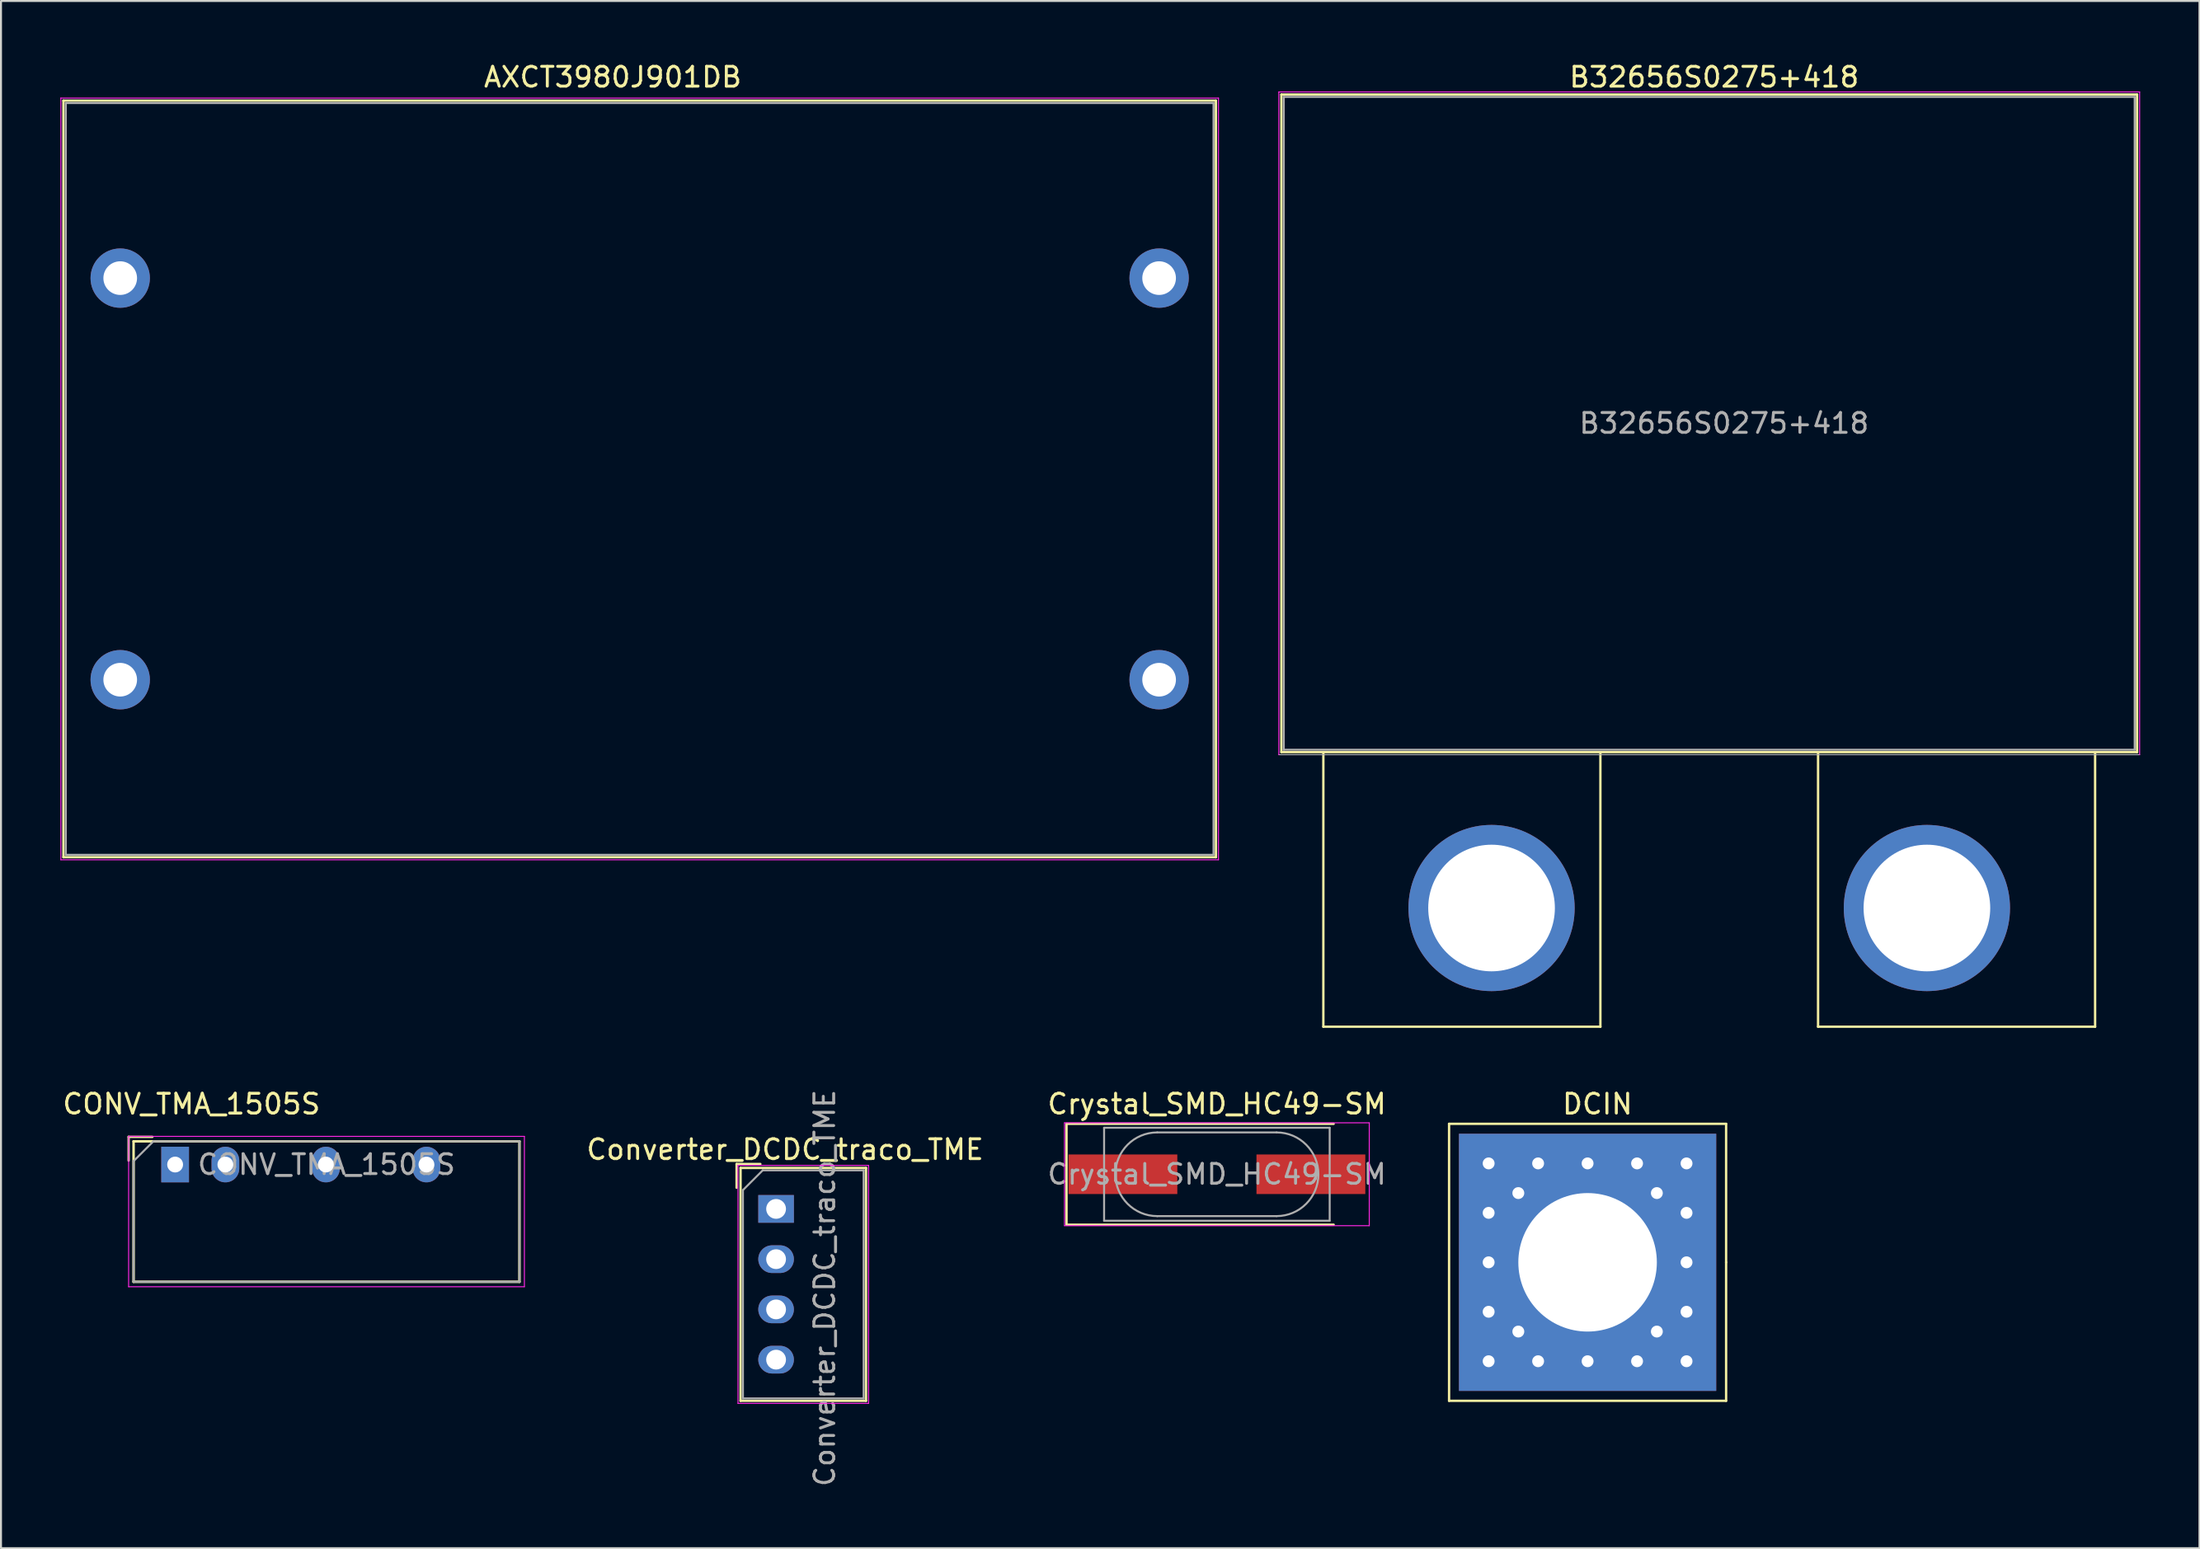
<source format=kicad_pcb>
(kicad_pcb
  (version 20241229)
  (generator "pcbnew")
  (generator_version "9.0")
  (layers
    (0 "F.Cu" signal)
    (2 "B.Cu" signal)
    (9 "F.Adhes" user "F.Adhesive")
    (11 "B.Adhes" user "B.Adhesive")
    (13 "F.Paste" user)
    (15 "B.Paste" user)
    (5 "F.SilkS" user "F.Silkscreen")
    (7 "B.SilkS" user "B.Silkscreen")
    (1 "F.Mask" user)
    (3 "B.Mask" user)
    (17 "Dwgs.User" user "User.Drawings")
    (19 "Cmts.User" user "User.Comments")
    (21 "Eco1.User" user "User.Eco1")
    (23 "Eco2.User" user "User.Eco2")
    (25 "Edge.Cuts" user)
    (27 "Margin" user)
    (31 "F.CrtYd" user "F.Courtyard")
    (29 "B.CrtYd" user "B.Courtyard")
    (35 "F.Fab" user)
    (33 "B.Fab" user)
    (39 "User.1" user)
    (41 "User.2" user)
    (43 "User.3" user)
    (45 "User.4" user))
  (footprint "Converter_DCDC_traco_TME"
    (layer "F.Cu")
    (at 35.624 58.057)
    (property "Reference" "Converter_DCDC_traco_TME" (at 1 -3 0) (layer "F.SilkS") (effects (font (size 1 1) (thickness 0.15))))
    (attr through_hole)
    (fp_line (start -1.45 -2.27) (end -1.45 -1.07) (stroke (width 0.12) (type solid)) (layer "F.SilkS"))
    (fp_line (start -1.25 -2.07) (end -1.25 9.7) (stroke (width 0.12) (type solid)) (layer "F.SilkS"))
    (fp_line (start -0.25 -2.27) (end -1.45 -2.27) (stroke (width 0.12) (type solid)) (layer "F.SilkS"))
    (fp_line (start 5.09 -2.07) (end -1.25 -2.07) (stroke (width 0.12) (type solid)) (layer "F.SilkS"))
    (fp_line (start 5.09 -2.07) (end 5.09 9.7) (stroke (width 0.12) (type solid)) (layer "F.SilkS"))
    (fp_line (start 5.09 9.7) (end -1.25 9.7) (stroke (width 0.12) (type solid)) (layer "F.SilkS"))
    (fp_line (start -1.38 -2.2) (end -1.38 9.83) (stroke (width 0.05) (type solid)) (layer "F.CrtYd"))
    (fp_line (start 5.22 -2.2) (end -1.38 -2.2) (stroke (width 0.05) (type solid)) (layer "F.CrtYd"))
    (fp_line (start 5.22 -2.2) (end 5.22 9.83) (stroke (width 0.05) (type solid)) (layer "F.CrtYd"))
    (fp_line (start 5.22 9.83) (end -1.38 9.83) (stroke (width 0.05) (type solid)) (layer "F.CrtYd"))
    (fp_line (start -1.13 -0.95) (end -1.13 9.58) (stroke (width 0.1) (type solid)) (layer "F.Fab"))
    (fp_line (start -1.13 9.58) (end 4.97 9.58) (stroke (width 0.1) (type solid)) (layer "F.Fab"))
    (fp_line (start -0.13 -1.95) (end -1.13 -0.95) (stroke (width 0.1) (type solid)) (layer "F.Fab"))
    (fp_line (start -0.13 -1.95) (end 4.97 -1.95) (stroke (width 0.1) (type solid)) (layer "F.Fab"))
    (fp_line (start 4.97 -1.95) (end 4.97 9.58) (stroke (width 0.1) (type solid)) (layer "F.Fab"))
    (fp_text user "${REFERENCE}" (at 3 4 90) (layer "F.Fab") (effects (font (size 1 1) (thickness 0.15))))
    (pad "1" thru_hole rect (at 0.545 0 270) (size 1.4 1.8) (drill 1) (layers "*.Cu" "*.Mask"))
    (pad "2" thru_hole oval (at 0.545 2.54 270) (size 1.4 1.8) (drill 1) (layers "*.Cu" "*.Mask"))
    (pad "3" thru_hole oval (at 0.545 5.08 270) (size 1.4 1.8) (drill 1) (layers "*.Cu" "*.Mask"))
    (pad "4" thru_hole oval (at 0.545 7.62 270) (size 1.4 1.8) (drill 1) (layers "*.Cu" "*.Mask")))
  (footprint "Crystal_SMD_HC49-SM"
    (layer "F.Cu")
    (at 58.445 56.306)
    (property "Reference" "Crystal_SMD_HC49-SM" (at 0 -3.55 0) (layer "F.SilkS") (effects (font (size 1 1) (thickness 0.15))))
    (attr smd)
    (fp_line (start -7.6 -2.55) (end -7.6 2.55) (stroke (width 0.12) (type solid)) (layer "F.SilkS"))
    (fp_line (start -7.6 2.55) (end 5.9 2.55) (stroke (width 0.12) (type solid)) (layer "F.SilkS"))
    (fp_line (start 5.9 -2.55) (end -7.6 -2.55) (stroke (width 0.12) (type solid)) (layer "F.SilkS"))
    (fp_line (start -7.7 -2.6) (end -7.7 2.6) (stroke (width 0.05) (type solid)) (layer "F.CrtYd"))
    (fp_line (start -7.7 2.6) (end 7.7 2.6) (stroke (width 0.05) (type solid)) (layer "F.CrtYd"))
    (fp_line (start 7.7 -2.6) (end -7.7 -2.6) (stroke (width 0.05) (type solid)) (layer "F.CrtYd"))
    (fp_line (start 7.7 2.6) (end 7.7 -2.6) (stroke (width 0.05) (type solid)) (layer "F.CrtYd"))
    (fp_line (start -5.7 -2.35) (end -5.7 2.35) (stroke (width 0.1) (type solid)) (layer "F.Fab"))
    (fp_line (start -5.7 2.35) (end 5.7 2.35) (stroke (width 0.1) (type solid)) (layer "F.Fab"))
    (fp_line (start -3.015 -2.115) (end 3.015 -2.115) (stroke (width 0.1) (type solid)) (layer "F.Fab"))
    (fp_line (start -3.015 2.115) (end 3.015 2.115) (stroke (width 0.1) (type solid)) (layer "F.Fab"))
    (fp_line (start 5.7 -2.35) (end -5.7 -2.35) (stroke (width 0.1) (type solid)) (layer "F.Fab"))
    (fp_line (start 5.7 2.35) (end 5.7 -2.35) (stroke (width 0.1) (type solid)) (layer "F.Fab"))
    (fp_arc (start -3.015 2.115) (mid -5.13 0) (end -3.015 -2.115) (stroke (width 0.1) (type solid)) (layer "F.Fab"))
    (fp_arc (start 3.015 -2.115) (mid 5.13 0) (end 3.015 2.115) (stroke (width 0.1) (type solid)) (layer "F.Fab"))
    (fp_text user "${REFERENCE}" (at 0 0 0) (layer "F.Fab") (effects (font (size 1 1) (thickness 0.15))))
    (pad "1" smd rect (at -4.75 0) (size 5.5 2) (layers "F.Cu" "F.Mask" "F.Paste"))
    (pad "2" smd rect (at 4.75 0) (size 5.5 2) (layers "F.Cu" "F.Mask" "F.Paste")))
  (footprint "B32656S0275+418"
    (layer "F.Cu")
    (at 83.325 18.348)
    (property "Reference" "B32656S0275+418" (at 0.25 -17.5 0) (layer "F.SilkS") (effects (font (size 1 1) (thickness 0.15))))
    (attr through_hole)
    (fp_line (start -21.62 -16.62) (end -21.62 16.62) (stroke (width 0.12) (type solid)) (layer "F.SilkS"))
    (fp_line (start -21.62 16.62) (end 21.62 16.62) (stroke (width 0.12) (type solid)) (layer "F.SilkS"))
    (fp_line (start -19.5 30.5) (end -19.5 16.62) (stroke (width 0.12) (type solid)) (layer "F.SilkS"))
    (fp_line (start -19.5 30.5) (end -5.5 30.5) (stroke (width 0.12) (type solid)) (layer "F.SilkS"))
    (fp_line (start -5.5 30.5) (end -5.5 16.62) (stroke (width 0.12) (type solid)) (layer "F.SilkS"))
    (fp_line (start 5.5 30.5) (end 5.5 16.62) (stroke (width 0.12) (type solid)) (layer "F.SilkS"))
    (fp_line (start 5.5 30.5) (end 19.5 30.5) (stroke (width 0.12) (type solid)) (layer "F.SilkS"))
    (fp_line (start 19.5 30.5) (end 19.5 16.62) (stroke (width 0.12) (type solid)) (layer "F.SilkS"))
    (fp_line (start 21.62 -16.62) (end -21.62 -16.62) (stroke (width 0.12) (type solid)) (layer "F.SilkS"))
    (fp_line (start 21.62 16.62) (end 21.62 -16.62) (stroke (width 0.12) (type solid)) (layer "F.SilkS"))
    (fp_line (start -21.75 -16.75) (end -21.75 16.75) (stroke (width 0.05) (type solid)) (layer "F.CrtYd"))
    (fp_line (start 21.75 -16.75) (end -21.75 -16.75) (stroke (width 0.05) (type solid)) (layer "F.CrtYd"))
    (fp_line (start 21.75 16.75) (end 21.75 -16.75) (stroke (width 0.05) (type solid)) (layer "F.CrtYd"))
    (fp_line (start -21.75 16.75) (end 21.75 16.75) (stroke (width 0.05) (type solid)) (layer "F.Fab"))
    (fp_line (start -21.5 -16.5) (end -21.5 16.5) (stroke (width 0.1) (type solid)) (layer "F.Fab"))
    (fp_line (start -21.5 16.5) (end 21.5 16.5) (stroke (width 0.1) (type solid)) (layer "F.Fab"))
    (fp_line (start 21.5 -16.5) (end -21.5 -16.5) (stroke (width 0.1) (type solid)) (layer "F.Fab"))
    (fp_line (start 21.5 16.5) (end 21.5 -16.5) (stroke (width 0.1) (type solid)) (layer "F.Fab"))
    (fp_text user "${REFERENCE}" (at 0.75 0 0) (layer "F.Fab") (effects (font (size 1 1) (thickness 0.15))))
    (pad "1" thru_hole oval (at -11 24.5) (size 8.4 8.4) (drill oval 6.4) (layers "*.Cu" "*.Mask"))
    (pad "2" thru_hole oval (at 11 24.5) (size 8.4 8.4) (drill oval 6.4) (layers "*.Cu" "*.Mask")))
  (footprint "DCIN"
    (layer "F.Cu")
    (at 77.178 60.757)
    (property "Reference" "DCIN" (at 0.5 -8 0) (layer "F.SilkS") (effects (font (size 1 1) (thickness 0.15))))
    (attr through_hole)
    (fp_line (start -7 -7) (end 7 -7) (stroke (width 0.12) (type solid)) (layer "F.SilkS"))
    (fp_line (start -7 7) (end -7 -7) (stroke (width 0.12) (type solid)) (layer "F.SilkS"))
    (fp_line (start 7 -7) (end 7 0) (stroke (width 0.12) (type solid)) (layer "F.SilkS"))
    (fp_line (start 7 0) (end 7 7) (stroke (width 0.12) (type solid)) (layer "F.SilkS"))
    (fp_line (start 7 7) (end -7 7) (stroke (width 0.12) (type solid)) (layer "F.SilkS"))
    (pad "1" thru_hole circle (at -5 -5) (size 0.9 0.9) (drill 0.6) (layers "*.Cu" "*.Mask"))
    (pad "1" thru_hole circle (at -5 -2.5) (size 0.9 0.9) (drill 0.6) (layers "*.Cu" "*.Mask"))
    (pad "1" thru_hole circle (at -5 0) (size 0.9 0.9) (drill 0.6) (layers "*.Cu" "*.Mask"))
    (pad "1" thru_hole circle (at -5 2.5) (size 0.9 0.9) (drill 0.6) (layers "*.Cu" "*.Mask"))
    (pad "1" thru_hole circle (at -5 5) (size 0.9 0.9) (drill 0.6) (layers "*.Cu" "*.Mask"))
    (pad "1" thru_hole circle (at -3.5 -3.5) (size 0.9 0.9) (drill 0.6) (layers "*.Cu" "*.Mask"))
    (pad "1" thru_hole circle (at -3.5 3.5) (size 0.9 0.9) (drill 0.6) (layers "*.Cu" "*.Mask"))
    (pad "1" thru_hole circle (at -2.5 -5) (size 0.9 0.9) (drill 0.6) (layers "*.Cu" "*.Mask"))
    (pad "1" thru_hole circle (at -2.5 5) (size 0.9 0.9) (drill 0.6) (layers "*.Cu" "*.Mask"))
    (pad "1" thru_hole circle (at 0 -5) (size 0.9 0.9) (drill 0.6) (layers "*.Cu" "*.Mask"))
    (pad "1" thru_hole rect (at 0 0) (size 13 13) (drill 7) (layers "*.Cu" "*.Mask"))
    (pad "1" thru_hole circle (at 0 5) (size 0.9 0.9) (drill 0.6) (layers "*.Cu" "*.Mask"))
    (pad "1" thru_hole circle (at 2.5 -5) (size 0.9 0.9) (drill 0.6) (layers "*.Cu" "*.Mask"))
    (pad "1" thru_hole circle (at 2.5 5) (size 0.9 0.9) (drill 0.6) (layers "*.Cu" "*.Mask"))
    (pad "1" thru_hole circle (at 3.5 -3.5) (size 0.9 0.9) (drill 0.6) (layers "*.Cu" "*.Mask"))
    (pad "1" thru_hole circle (at 3.5 3.5) (size 0.9 0.9) (drill 0.6) (layers "*.Cu" "*.Mask"))
    (pad "1" thru_hole circle (at 5 -5) (size 0.9 0.9) (drill 0.6) (layers "*.Cu" "*.Mask"))
    (pad "1" thru_hole circle (at 5 -2.5) (size 0.9 0.9) (drill 0.6) (layers "*.Cu" "*.Mask"))
    (pad "1" thru_hole circle (at 5 0) (size 0.9 0.9) (drill 0.6) (layers "*.Cu" "*.Mask"))
    (pad "1" thru_hole circle (at 5 2.5) (size 0.9 0.9) (drill 0.6) (layers "*.Cu" "*.Mask"))
    (pad "1" thru_hole circle (at 5 5) (size 0.9 0.9) (drill 0.6) (layers "*.Cu" "*.Mask")))
  (footprint "AXCT3980J901DB"
    (layer "F.Cu")
    (at 3.025 11.008)
    (property "Reference" "AXCT3980J901DB" (at 24.892 -10.16 0) (layer "F.SilkS") (effects (font (size 1 1) (thickness 0.15))))
    (attr through_hole)
    (fp_line (start -2.87 -8.97) (end -2.87 29.27) (stroke (width 0.12) (type solid)) (layer "F.SilkS"))
    (fp_line (start -2.87 -8.97) (end 55.37 -8.97) (stroke (width 0.12) (type solid)) (layer "F.SilkS"))
    (fp_line (start -2.87 29.27) (end 55.372 29.27) (stroke (width 0.12) (type solid)) (layer "F.SilkS"))
    (fp_line (start 55.37 -8.97) (end 55.372 29.27) (stroke (width 0.12) (type solid)) (layer "F.SilkS"))
    (fp_line (start -3 -9.1) (end -3 29.4) (stroke (width 0.05) (type solid)) (layer "F.CrtYd"))
    (fp_line (start -3 29.4) (end 55.5 29.4) (stroke (width 0.05) (type solid)) (layer "F.CrtYd"))
    (fp_line (start 55.5 -9.1) (end -3 -9.1) (stroke (width 0.05) (type solid)) (layer "F.CrtYd"))
    (fp_line (start 55.5 29.4) (end 55.5 -9.1) (stroke (width 0.05) (type solid)) (layer "F.CrtYd"))
    (fp_line (start -2.75 -8.85) (end -2.75 29.15) (stroke (width 0.1) (type solid)) (layer "F.Fab"))
    (fp_line (start -2.75 29.15) (end 55.25 29.15) (stroke (width 0.1) (type solid)) (layer "F.Fab"))
    (fp_line (start 55.25 -8.85) (end -2.75 -8.85) (stroke (width 0.1) (type solid)) (layer "F.Fab"))
    (fp_line (start 55.25 29.15) (end 55.25 -8.85) (stroke (width 0.1) (type solid)) (layer "F.Fab"))
    (pad "1" thru_hole circle (at 0 0) (size 3 3) (drill 1.7) (layers "*.Cu" "*.Mask"))
    (pad "1" thru_hole circle (at 0 20.3) (size 3 3) (drill 1.7) (layers "*.Cu" "*.Mask"))
    (pad "2" thru_hole circle (at 52.5 0) (size 3 3) (drill 1.7) (layers "*.Cu" "*.Mask"))
    (pad "2" thru_hole circle (at 52.5 20.3) (size 3 3) (drill 1.7) (layers "*.Cu" "*.Mask")))
  (footprint "CONV_TMA_1505S"
    (layer "F.Cu")
    (at 13.45 55.815)
    (property "Reference" "CONV_TMA_1505S" (at -6.825 -3.058 0) (layer "F.SilkS") (effects (font (size 1 1) (thickness 0.15))))
    (attr through_hole)
    (fp_line (start -10 -1.4) (end -10 -0.2) (stroke (width 0.12) (type solid)) (layer "F.SilkS"))
    (fp_line (start -9.75 -1.173) (end -9.75 5.927) (stroke (width 0.127) (type solid)) (layer "F.SilkS"))
    (fp_line (start -9.75 5.927) (end 9.75 5.927) (stroke (width 0.127) (type solid)) (layer "F.SilkS"))
    (fp_line (start -8.8 -1.4) (end -10 -1.4) (stroke (width 0.12) (type solid)) (layer "F.SilkS"))
    (fp_line (start 9.75 -1.173) (end -9.75 -1.173) (stroke (width 0.127) (type solid)) (layer "F.SilkS"))
    (fp_line (start 9.75 5.927) (end 9.75 -1.173) (stroke (width 0.127) (type solid)) (layer "F.SilkS"))
    (fp_line (start -10 -1.423) (end -10 6.177) (stroke (width 0.05) (type solid)) (layer "F.CrtYd"))
    (fp_line (start -10 6.177) (end 10 6.177) (stroke (width 0.05) (type solid)) (layer "F.CrtYd"))
    (fp_line (start 10 -1.423) (end -10 -1.423) (stroke (width 0.05) (type solid)) (layer "F.CrtYd"))
    (fp_line (start 10 6.177) (end 10 -1.423) (stroke (width 0.05) (type solid)) (layer "F.CrtYd"))
    (fp_line (start -9.75 -0.173) (end -9.75 5.927) (stroke (width 0.1) (type solid)) (layer "F.Fab"))
    (fp_line (start -9.75 -0.173) (end -8.75 -1.173) (stroke (width 0.1) (type solid)) (layer "F.Fab"))
    (fp_line (start -9.75 5.927) (end 9.75 5.927) (stroke (width 0.1) (type solid)) (layer "F.Fab"))
    (fp_line (start 9.75 -1.173) (end -8.75 -1.173) (stroke (width 0.1) (type solid)) (layer "F.Fab"))
    (fp_line (start 9.75 5.927) (end 9.75 -1.173) (stroke (width 0.1) (type solid)) (layer "F.Fab"))
    (fp_text user "${REFERENCE}" (at 0 0 0) (layer "F.Fab") (effects (font (size 1 1) (thickness 0.15))))
    (pad "1" thru_hole rect (at -7.65 0) (size 1.4 1.8) (drill 0.8) (layers "*.Cu" "*.Mask"))
    (pad "2" thru_hole oval (at -5.11 0) (size 1.4 1.8) (drill 0.8) (layers "*.Cu" "*.Mask"))
    (pad "4" thru_hole oval (at -0.03 0) (size 1.4 1.8) (drill 0.8) (layers "*.Cu" "*.Mask"))
    (pad "6" thru_hole oval (at 5.05 0) (size 1.4 1.8) (drill 0.8) (layers "*.Cu" "*.Mask")))
  (gr_rect
    (start -3 -3)
    (end 108.1 75.206)
    (stroke (width 0.1) (type default))
    (fill no)
    (layer "Edge.Cuts")))
</source>
